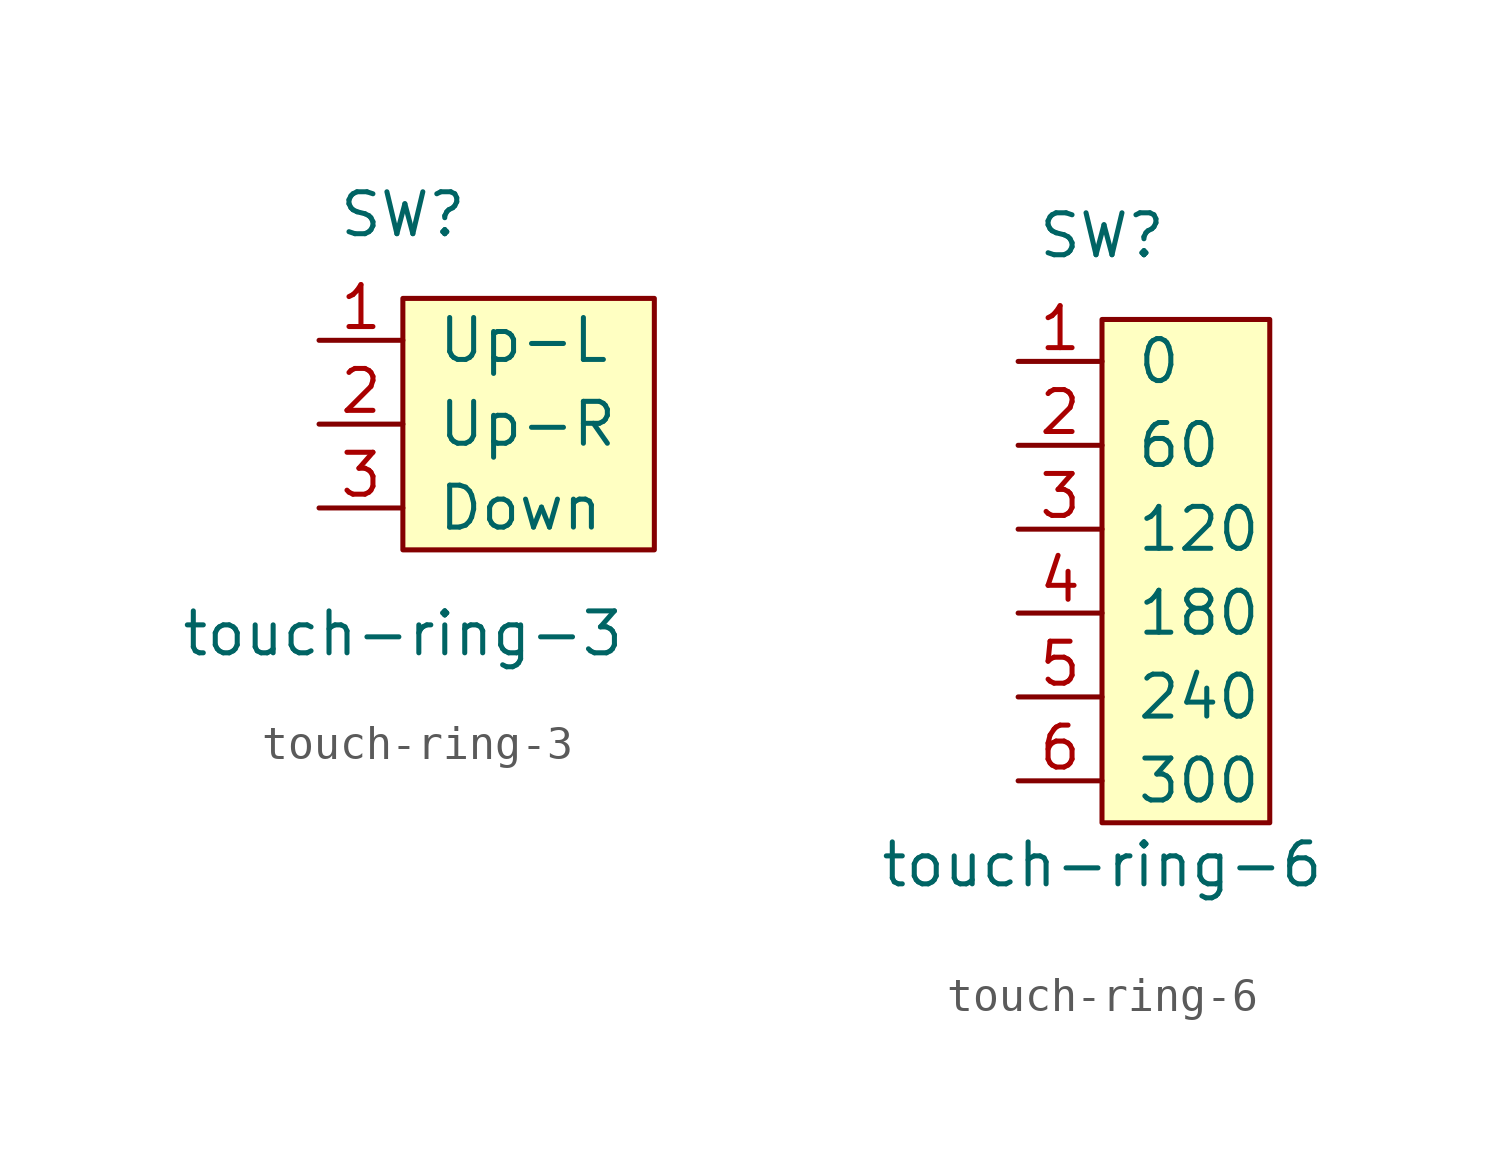
<source format=kicad_sym>
(kicad_symbol_lib
  (version 20220914)
  (generator kicad_symbol_editor)
  (symbol "touch-ring-3"
    (pin_names
      (offset 1.016))
    (property "Reference" "SW"
      (at 0 6.35 0)
      (effects (font (size 1.27 1.27))))
    (property "Value" "touch-ring-3"
      (at 0 -6.35 0)
      (effects (font (size 1.27 1.27))))
    (symbol "touch-ring-3_0_1"
      (rectangle (start 0 3.81) (end 7.62 -3.81) (stroke (width 0) (type default)) (fill (type background))))
    (symbol "touch-ring-3_1_1"
      (pin input line (at -2.54 2.54 0) (length 2.54) (name "Up-L" (effects (font (size 1.27 1.27)))) (number "1" (effects (font (size 1.27 1.27)))))
      (pin input line (at -2.54 0 0) (length 2.54) (name "Up-R" (effects (font (size 1.27 1.27)))) (number "2" (effects (font (size 1.27 1.27)))))
      (pin input line (at -2.54 -2.54 0) (length 2.54) (name "Down" (effects (font (size 1.27 1.27)))) (number "3" (effects (font (size 1.27 1.27)))))))
  (symbol "touch-ring-6"
    (pin_names
      (offset 1.016))
    (property "Reference" "SW"
      (at 0 6.35 0)
      (effects (font (size 1.27 1.27))))
    (property "Value" "touch-ring-6"
      (at 0 -12.7 0)
      (effects (font (size 1.27 1.27))))
    (symbol "touch-ring-6_0_1"
      (rectangle (start 0 3.81) (end 5.08 -11.43) (stroke (width 0) (type default)) (fill (type background))))
    (symbol "touch-ring-6_1_1"
      (pin input line (at -2.54 2.54 0) (length 2.54) (name "0" (effects (font (size 1.27 1.27)))) (number "1" (effects (font (size 1.27 1.27)))))
      (pin input line (at -2.54 0 0) (length 2.54) (name "60" (effects (font (size 1.27 1.27)))) (number "2" (effects (font (size 1.27 1.27)))))
      (pin input line (at -2.54 -2.54 0) (length 2.54) (name "120" (effects (font (size 1.27 1.27)))) (number "3" (effects (font (size 1.27 1.27)))))
      (pin input line (at -2.54 -5.08 0) (length 2.54) (name "180" (effects (font (size 1.27 1.27)))) (number "4" (effects (font (size 1.27 1.27)))))
      (pin input line (at -2.54 -7.62 0) (length 2.54) (name "240" (effects (font (size 1.27 1.27)))) (number "5" (effects (font (size 1.27 1.27)))))
      (pin input line (at -2.54 -10.16 0) (length 2.54) (name "300" (effects (font (size 1.27 1.27)))) (number "6" (effects (font (size 1.27 1.27))))))))
</source>
